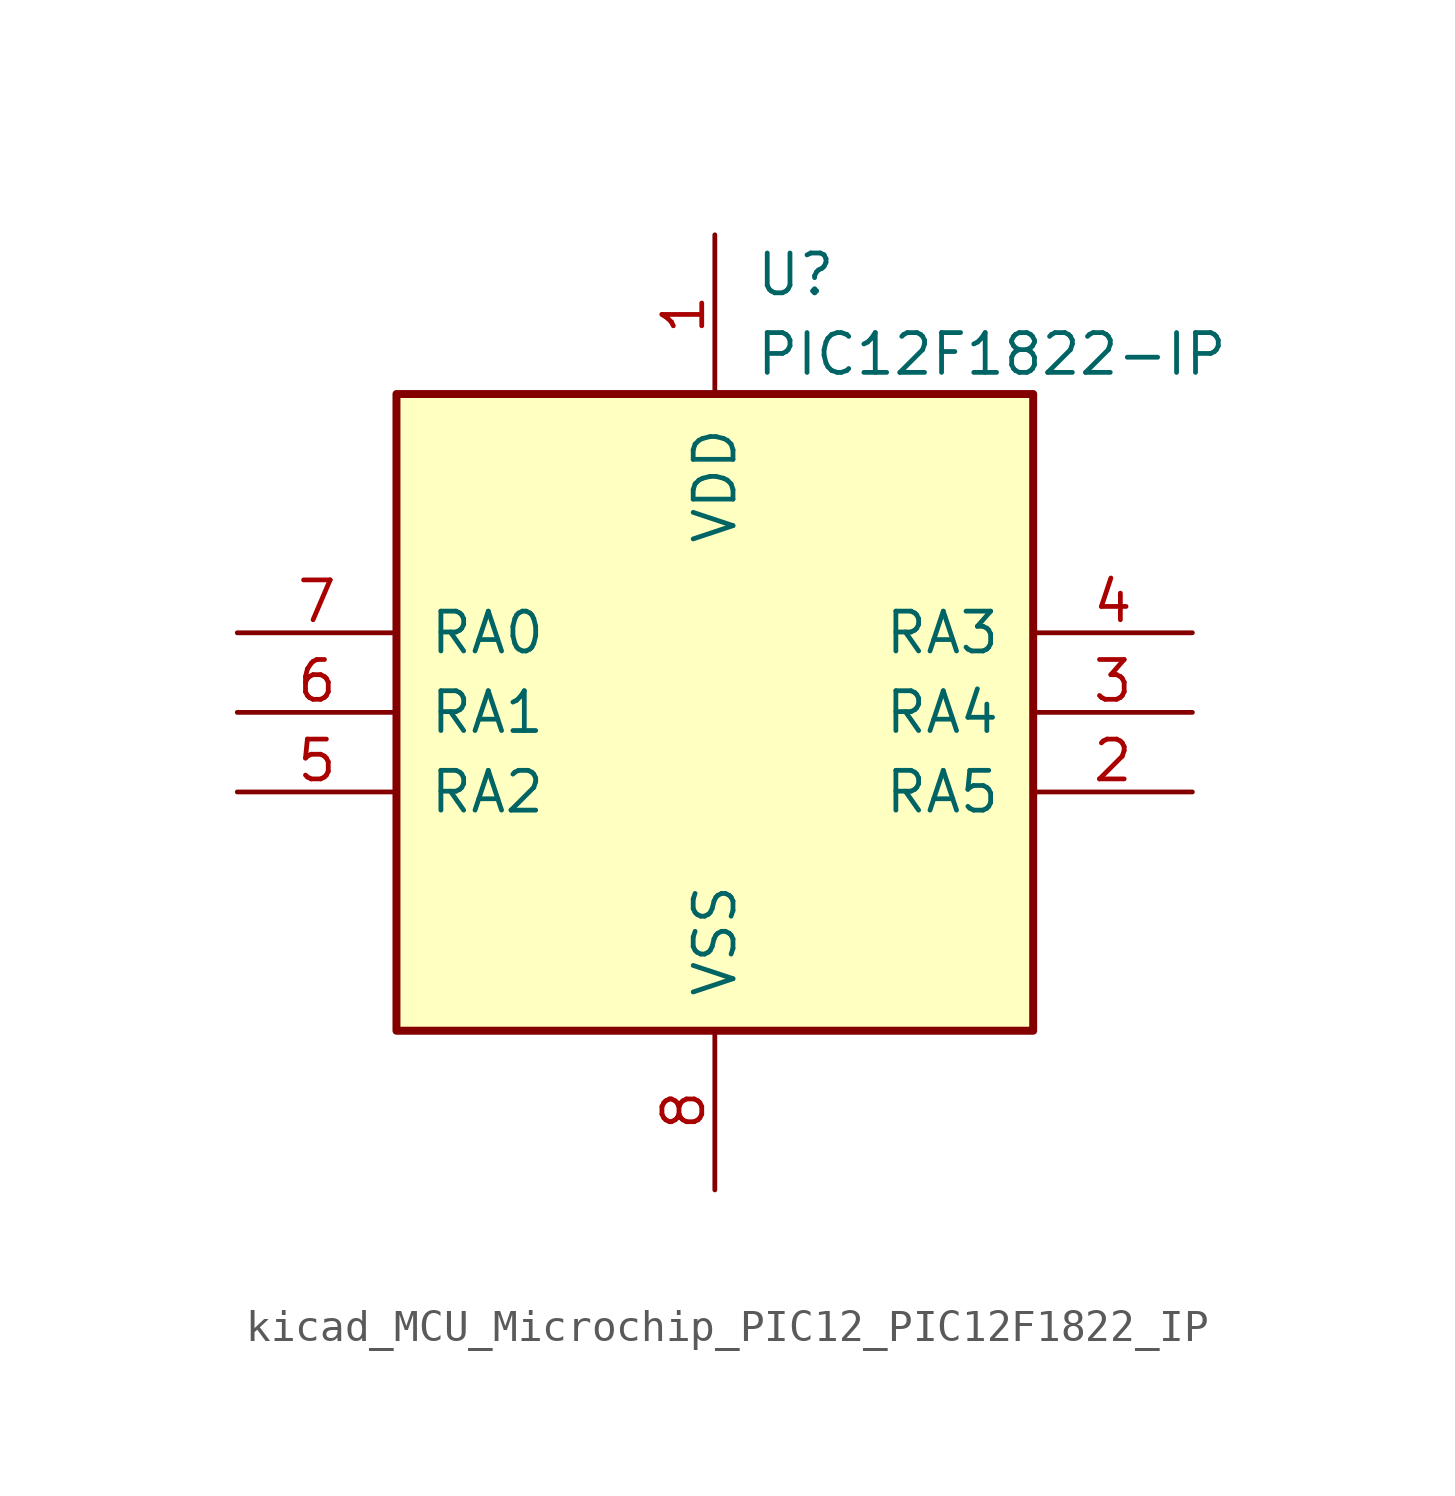
<source format=kicad_sym>
(kicad_symbol_lib
  (version 20220914)
  (generator kicad_symbol_editor)
  (symbol "kicad_MCU_Microchip_PIC12_PIC12F1822_IP"
    (pin_names
      (offset 1.016))
    (property "Reference" "U"
      (at 1.27 13.97 0)
      (effects (font (size 1.27 1.27)) (justify left)))
    (property "Value" "PIC12F1822-IP"
      (at 1.27 11.43 0)
      (effects (font (size 1.27 1.27)) (justify left)))
    (symbol "kicad_MCU_Microchip_PIC12_PIC12F1822_IP_0_1"
      (rectangle (start 10.16 -10.16) (end -10.16 10.16) (stroke (width 0.254) (type default)) (fill (type background))))
    (symbol "kicad_MCU_Microchip_PIC12_PIC12F1822_IP_1_1"
      (pin power_in line (at 0 15.24 270) (length 5.08) (name "VDD" (effects (font (size 1.27 1.27)))) (number "1" (effects (font (size 1.27 1.27)))))
      (pin bidirectional line (at 15.24 -2.54 180) (length 5.08) (name "RA5" (effects (font (size 1.27 1.27)))) (number "2" (effects (font (size 1.27 1.27)))))
      (pin bidirectional line (at 15.24 0 180) (length 5.08) (name "RA4" (effects (font (size 1.27 1.27)))) (number "3" (effects (font (size 1.27 1.27)))))
      (pin input line (at 15.24 2.54 180) (length 5.08) (name "RA3" (effects (font (size 1.27 1.27)))) (number "4" (effects (font (size 1.27 1.27)))))
      (pin bidirectional line (at -15.24 -2.54 0) (length 5.08) (name "RA2" (effects (font (size 1.27 1.27)))) (number "5" (effects (font (size 1.27 1.27)))))
      (pin bidirectional line (at -15.24 0 0) (length 5.08) (name "RA1" (effects (font (size 1.27 1.27)))) (number "6" (effects (font (size 1.27 1.27)))))
      (pin bidirectional line (at -15.24 2.54 0) (length 5.08) (name "RA0" (effects (font (size 1.27 1.27)))) (number "7" (effects (font (size 1.27 1.27)))))
      (pin power_in line (at 0 -15.24 90) (length 5.08) (name "VSS" (effects (font (size 1.27 1.27)))) (number "8" (effects (font (size 1.27 1.27))))))))
</source>
